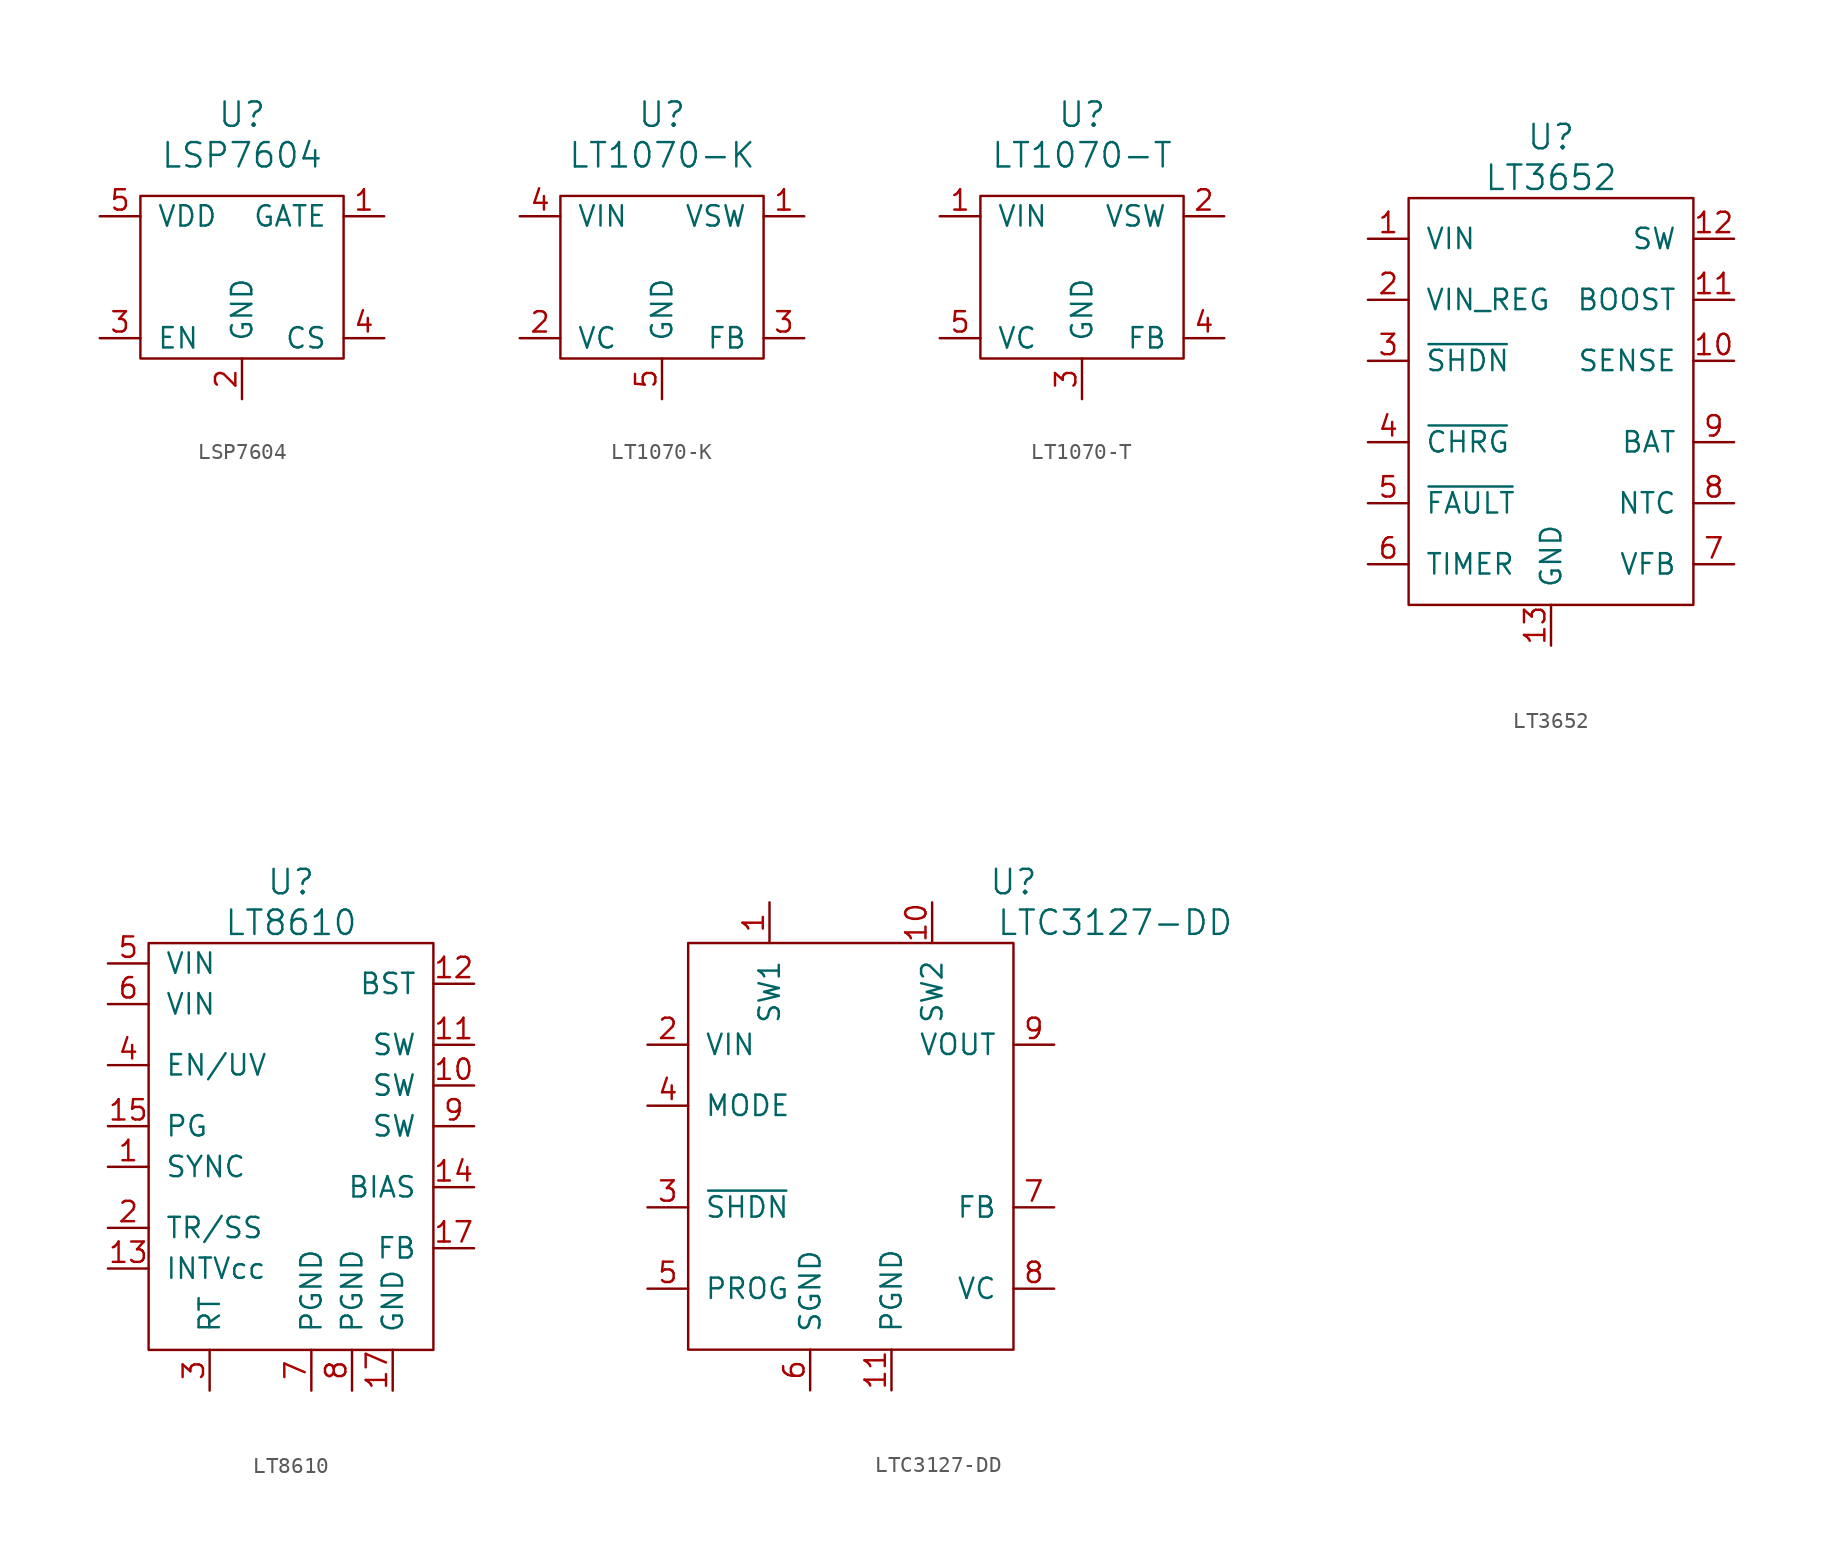
<source format=kicad_sym>
(kicad_symbol_lib
  (version 20220914)
  (generator kicad_symbol_editor)
  (symbol "LSP7604"
    (pin_names
      (offset 1.016))
    (property "Reference" "U"
      (at 0 10.16 0)
      (effects (font (size 1.524 1.524))))
    (property "Value" "LSP7604"
      (at 0 7.62 0)
      (effects (font (size 1.524 1.524))))
    (property "Footprint" ""
      (at 0 0 0)
      (effects (font (size 1.524 1.524))))
    (property "Datasheet" ""
      (at 0 0 0)
      (effects (font (size 1.524 1.524))))
    (symbol "LSP7604_0_1"
      (rectangle (start -6.35 5.08) (end 6.35 -5.08) (stroke (width 0) (type solid)) (fill (type none))))
    (symbol "LSP7604_1_1"
      (pin passive line (at 8.89 3.81 180) (length 2.54) (name "GATE" (effects (font (size 1.27 1.27)))) (number "1" (effects (font (size 1.27 1.27)))))
      (pin passive line (at 0 -7.62 90) (length 2.54) (name "GND" (effects (font (size 1.27 1.27)))) (number "2" (effects (font (size 1.27 1.27)))))
      (pin passive line (at -8.89 -3.81 0) (length 2.54) (name "EN" (effects (font (size 1.27 1.27)))) (number "3" (effects (font (size 1.27 1.27)))))
      (pin passive line (at 8.89 -3.81 180) (length 2.54) (name "CS" (effects (font (size 1.27 1.27)))) (number "4" (effects (font (size 1.27 1.27)))))
      (pin passive line (at -8.89 3.81 0) (length 2.54) (name "VDD" (effects (font (size 1.27 1.27)))) (number "5" (effects (font (size 1.27 1.27)))))))
  (symbol "LT1070-K"
    (pin_names
      (offset 1.016))
    (property "Reference" "U"
      (at 0 10.16 0)
      (effects (font (size 1.524 1.524))))
    (property "Value" "LT1070-K"
      (at 0 7.62 0)
      (effects (font (size 1.524 1.524))))
    (property "Footprint" ""
      (at 0 0 0)
      (effects (font (size 1.524 1.524))))
    (property "Datasheet" ""
      (at 0 0 0)
      (effects (font (size 1.524 1.524))))
    (symbol "LT1070-K_0_1"
      (rectangle (start -6.35 5.08) (end 6.35 -5.08) (stroke (width 0) (type solid)) (fill (type none))))
    (symbol "LT1070-K_1_1"
      (pin passive line (at 8.89 3.81 180) (length 2.54) (name "VSW" (effects (font (size 1.27 1.27)))) (number "1" (effects (font (size 1.27 1.27)))))
      (pin passive line (at -8.89 -3.81 0) (length 2.54) (name "VC" (effects (font (size 1.27 1.27)))) (number "2" (effects (font (size 1.27 1.27)))))
      (pin passive line (at 8.89 -3.81 180) (length 2.54) (name "FB" (effects (font (size 1.27 1.27)))) (number "3" (effects (font (size 1.27 1.27)))))
      (pin passive line (at -8.89 3.81 0) (length 2.54) (name "VIN" (effects (font (size 1.27 1.27)))) (number "4" (effects (font (size 1.27 1.27)))))
      (pin passive line (at 0 -7.62 90) (length 2.54) (name "GND" (effects (font (size 1.27 1.27)))) (number "5" (effects (font (size 1.27 1.27)))))))
  (symbol "LT1070-T"
    (pin_names
      (offset 1.016))
    (property "Reference" "U"
      (at 0 10.16 0)
      (effects (font (size 1.524 1.524))))
    (property "Value" "LT1070-T"
      (at 0 7.62 0)
      (effects (font (size 1.524 1.524))))
    (property "Footprint" ""
      (at 0 0 0)
      (effects (font (size 1.524 1.524))))
    (property "Datasheet" ""
      (at 0 0 0)
      (effects (font (size 1.524 1.524))))
    (symbol "LT1070-T_0_1"
      (rectangle (start -6.35 5.08) (end 6.35 -5.08) (stroke (width 0) (type solid)) (fill (type none))))
    (symbol "LT1070-T_1_1"
      (pin passive line (at -8.89 3.81 0) (length 2.54) (name "VIN" (effects (font (size 1.27 1.27)))) (number "1" (effects (font (size 1.27 1.27)))))
      (pin passive line (at 8.89 3.81 180) (length 2.54) (name "VSW" (effects (font (size 1.27 1.27)))) (number "2" (effects (font (size 1.27 1.27)))))
      (pin passive line (at 0 -7.62 90) (length 2.54) (name "GND" (effects (font (size 1.27 1.27)))) (number "3" (effects (font (size 1.27 1.27)))))
      (pin passive line (at 8.89 -3.81 180) (length 2.54) (name "FB" (effects (font (size 1.27 1.27)))) (number "4" (effects (font (size 1.27 1.27)))))
      (pin passive line (at -8.89 -3.81 0) (length 2.54) (name "VC" (effects (font (size 1.27 1.27)))) (number "5" (effects (font (size 1.27 1.27)))))))
  (symbol "LT3652"
    (pin_names
      (offset 1.016))
    (property "Reference" "U"
      (at 0 16.51 0)
      (effects (font (size 1.524 1.524))))
    (property "Value" "LT3652"
      (at 0 13.97 0)
      (effects (font (size 1.524 1.524))))
    (property "Footprint" ""
      (at 0 0 0)
      (effects (font (size 1.524 1.524))))
    (property "Datasheet" ""
      (at 0 0 0)
      (effects (font (size 1.524 1.524))))
    (symbol "LT3652_0_1"
      (rectangle (start -8.89 12.7) (end 8.89 -12.7) (stroke (width 0) (type solid)) (fill (type none))))
    (symbol "LT3652_1_1"
      (pin passive line (at -11.43 10.16 0) (length 2.54) (name "VIN" (effects (font (size 1.27 1.27)))) (number "1" (effects (font (size 1.27 1.27)))))
      (pin passive line (at 11.43 2.54 180) (length 2.54) (name "SENSE" (effects (font (size 1.27 1.27)))) (number "10" (effects (font (size 1.27 1.27)))))
      (pin passive line (at 11.43 6.35 180) (length 2.54) (name "BOOST" (effects (font (size 1.27 1.27)))) (number "11" (effects (font (size 1.27 1.27)))))
      (pin passive line (at 11.43 10.16 180) (length 2.54) (name "SW" (effects (font (size 1.27 1.27)))) (number "12" (effects (font (size 1.27 1.27)))))
      (pin passive line (at 0 -15.24 90) (length 2.54) (name "GND" (effects (font (size 1.27 1.27)))) (number "13" (effects (font (size 1.27 1.27)))))
      (pin passive line (at -11.43 6.35 0) (length 2.54) (name "VIN_REG" (effects (font (size 1.27 1.27)))) (number "2" (effects (font (size 1.27 1.27)))))
      (pin passive line (at -11.43 2.54 0) (length 2.54) (name "~{SHDN}" (effects (font (size 1.27 1.27)))) (number "3" (effects (font (size 1.27 1.27)))))
      (pin passive line (at -11.43 -2.54 0) (length 2.54) (name "~{CHRG}" (effects (font (size 1.27 1.27)))) (number "4" (effects (font (size 1.27 1.27)))))
      (pin passive line (at -11.43 -6.35 0) (length 2.54) (name "~{FAULT}" (effects (font (size 1.27 1.27)))) (number "5" (effects (font (size 1.27 1.27)))))
      (pin passive line (at -11.43 -10.16 0) (length 2.54) (name "TIMER" (effects (font (size 1.27 1.27)))) (number "6" (effects (font (size 1.27 1.27)))))
      (pin passive line (at 11.43 -10.16 180) (length 2.54) (name "VFB" (effects (font (size 1.27 1.27)))) (number "7" (effects (font (size 1.27 1.27)))))
      (pin passive line (at 11.43 -6.35 180) (length 2.54) (name "NTC" (effects (font (size 1.27 1.27)))) (number "8" (effects (font (size 1.27 1.27)))))
      (pin passive line (at 11.43 -2.54 180) (length 2.54) (name "BAT" (effects (font (size 1.27 1.27)))) (number "9" (effects (font (size 1.27 1.27)))))))
  (symbol "LT8610"
    (pin_names
      (offset 1.016))
    (property "Reference" "U"
      (at 0 16.51 0)
      (effects (font (size 1.524 1.524))))
    (property "Value" "LT8610"
      (at 0 13.97 0)
      (effects (font (size 1.524 1.524))))
    (property "Footprint" ""
      (at 0 0 0)
      (effects (font (size 1.524 1.524))))
    (property "Datasheet" ""
      (at 0 0 0)
      (effects (font (size 1.524 1.524))))
    (symbol "LT8610_0_1"
      (rectangle (start -8.89 12.7) (end 8.89 -12.7) (stroke (width 0) (type solid)) (fill (type none))))
    (symbol "LT8610_1_1"
      (pin passive line (at -11.43 -1.27 0) (length 2.54) (name "SYNC" (effects (font (size 1.27 1.27)))) (number "1" (effects (font (size 1.27 1.27)))))
      (pin passive line (at 11.43 3.81 180) (length 2.54) (name "SW" (effects (font (size 1.27 1.27)))) (number "10" (effects (font (size 1.27 1.27)))))
      (pin passive line (at 11.43 6.35 180) (length 2.54) (name "SW" (effects (font (size 1.27 1.27)))) (number "11" (effects (font (size 1.27 1.27)))))
      (pin passive line (at 11.43 10.16 180) (length 2.54) (name "BST" (effects (font (size 1.27 1.27)))) (number "12" (effects (font (size 1.27 1.27)))))
      (pin passive line (at -11.43 -7.62 0) (length 2.54) (name "INTVcc" (effects (font (size 1.27 1.27)))) (number "13" (effects (font (size 1.27 1.27)))))
      (pin passive line (at 11.43 -2.54 180) (length 2.54) (name "BIAS" (effects (font (size 1.27 1.27)))) (number "14" (effects (font (size 1.27 1.27)))))
      (pin passive line (at -11.43 1.27 0) (length 2.54) (name "PG" (effects (font (size 1.27 1.27)))) (number "15" (effects (font (size 1.27 1.27)))))
      (pin passive line (at 11.43 -6.35 180) (length 2.54) (name "FB" (effects (font (size 1.27 1.27)))) (number "17" (effects (font (size 1.27 1.27)))))
      (pin passive line (at 6.35 -15.24 90) (length 2.54) (name "GND" (effects (font (size 1.27 1.27)))) (number "17" (effects (font (size 1.27 1.27)))))
      (pin passive line (at -11.43 -5.08 0) (length 2.54) (name "TR/SS" (effects (font (size 1.27 1.27)))) (number "2" (effects (font (size 1.27 1.27)))))
      (pin passive line (at -5.08 -15.24 90) (length 2.54) (name "RT" (effects (font (size 1.27 1.27)))) (number "3" (effects (font (size 1.27 1.27)))))
      (pin passive line (at -11.43 5.08 0) (length 2.54) (name "EN/UV" (effects (font (size 1.27 1.27)))) (number "4" (effects (font (size 1.27 1.27)))))
      (pin passive line (at -11.43 11.43 0) (length 2.54) (name "VIN" (effects (font (size 1.27 1.27)))) (number "5" (effects (font (size 1.27 1.27)))))
      (pin passive line (at -11.43 8.89 0) (length 2.54) (name "VIN" (effects (font (size 1.27 1.27)))) (number "6" (effects (font (size 1.27 1.27)))))
      (pin passive line (at 1.27 -15.24 90) (length 2.54) (name "PGND" (effects (font (size 1.27 1.27)))) (number "7" (effects (font (size 1.27 1.27)))))
      (pin passive line (at 3.81 -15.24 90) (length 2.54) (name "PGND" (effects (font (size 1.27 1.27)))) (number "8" (effects (font (size 1.27 1.27)))))
      (pin passive line (at 11.43 1.27 180) (length 2.54) (name "SW" (effects (font (size 1.27 1.27)))) (number "9" (effects (font (size 1.27 1.27)))))))
  (symbol "LTC3127-DD"
    (pin_names
      (offset 1.016))
    (property "Reference" "U"
      (at 10.16 16.51 0)
      (effects (font (size 1.524 1.524))))
    (property "Value" "LTC3127-DD"
      (at 16.51 13.97 0)
      (effects (font (size 1.524 1.524))))
    (property "Footprint" ""
      (at 0 0 0)
      (effects (font (size 1.524 1.524))))
    (property "Datasheet" ""
      (at 0 0 0)
      (effects (font (size 1.524 1.524))))
    (symbol "LTC3127-DD_0_1"
      (rectangle (start -10.16 12.7) (end 10.16 -12.7) (stroke (width 0) (type solid)) (fill (type none))))
    (symbol "LTC3127-DD_1_1"
      (pin passive line (at -5.08 15.24 270) (length 2.54) (name "SW1" (effects (font (size 1.27 1.27)))) (number "1" (effects (font (size 1.27 1.27)))))
      (pin passive line (at 5.08 15.24 270) (length 2.54) (name "SW2" (effects (font (size 1.27 1.27)))) (number "10" (effects (font (size 1.27 1.27)))))
      (pin passive line (at 2.54 -15.24 90) (length 2.54) (name "PGND" (effects (font (size 1.27 1.27)))) (number "11" (effects (font (size 1.27 1.27)))))
      (pin passive line (at -12.7 6.35 0) (length 2.54) (name "VIN" (effects (font (size 1.27 1.27)))) (number "2" (effects (font (size 1.27 1.27)))))
      (pin passive line (at -12.7 -3.81 0) (length 2.54) (name "~{SHDN}" (effects (font (size 1.27 1.27)))) (number "3" (effects (font (size 1.27 1.27)))))
      (pin passive line (at -12.7 2.54 0) (length 2.54) (name "MODE" (effects (font (size 1.27 1.27)))) (number "4" (effects (font (size 1.27 1.27)))))
      (pin passive line (at -12.7 -8.89 0) (length 2.54) (name "PROG" (effects (font (size 1.27 1.27)))) (number "5" (effects (font (size 1.27 1.27)))))
      (pin passive line (at -2.54 -15.24 90) (length 2.54) (name "SGND" (effects (font (size 1.27 1.27)))) (number "6" (effects (font (size 1.27 1.27)))))
      (pin passive line (at 12.7 -3.81 180) (length 2.54) (name "FB" (effects (font (size 1.27 1.27)))) (number "7" (effects (font (size 1.27 1.27)))))
      (pin passive line (at 12.7 -8.89 180) (length 2.54) (name "VC" (effects (font (size 1.27 1.27)))) (number "8" (effects (font (size 1.27 1.27)))))
      (pin passive line (at 12.7 6.35 180) (length 2.54) (name "VOUT" (effects (font (size 1.27 1.27)))) (number "9" (effects (font (size 1.27 1.27))))))))
</source>
